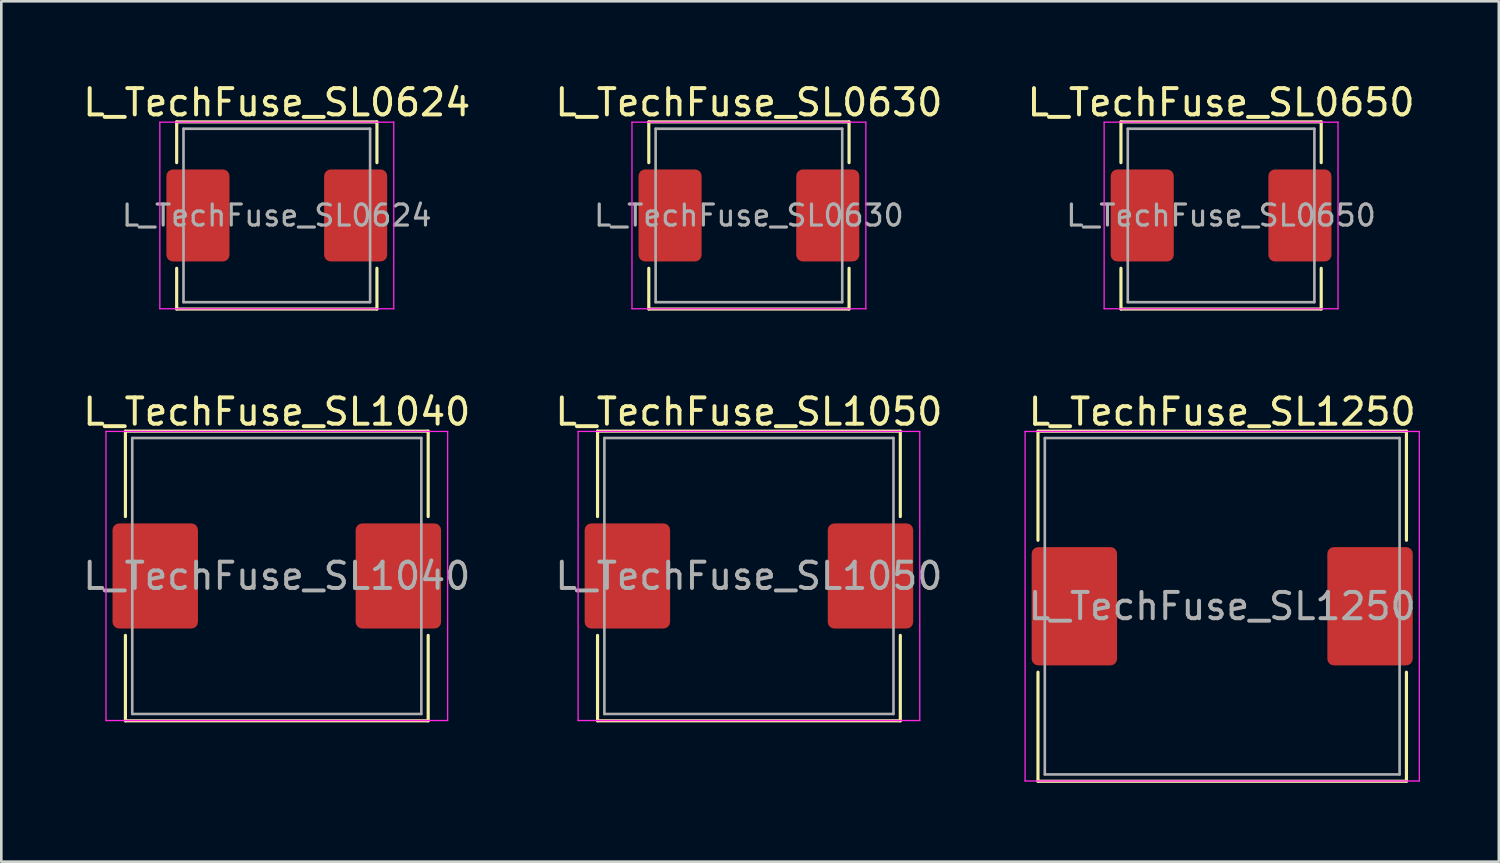
<source format=kicad_pcb>
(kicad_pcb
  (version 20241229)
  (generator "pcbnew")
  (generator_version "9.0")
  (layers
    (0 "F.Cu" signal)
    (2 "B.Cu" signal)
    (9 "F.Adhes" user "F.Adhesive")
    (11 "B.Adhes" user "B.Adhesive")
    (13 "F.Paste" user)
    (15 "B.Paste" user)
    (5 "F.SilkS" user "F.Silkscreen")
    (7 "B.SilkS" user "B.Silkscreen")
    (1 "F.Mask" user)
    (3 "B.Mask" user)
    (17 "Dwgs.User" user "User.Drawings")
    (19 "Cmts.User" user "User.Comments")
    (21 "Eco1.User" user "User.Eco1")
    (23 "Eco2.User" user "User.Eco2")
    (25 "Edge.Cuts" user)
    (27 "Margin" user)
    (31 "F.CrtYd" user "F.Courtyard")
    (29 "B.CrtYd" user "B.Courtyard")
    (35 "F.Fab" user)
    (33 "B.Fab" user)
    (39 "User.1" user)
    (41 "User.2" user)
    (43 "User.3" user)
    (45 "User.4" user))
  (footprint "L_TechFuse_SL1040"
    (layer "F.Cu")
    (at 7.482 18.866)
    (property "Reference" "L_TechFuse_SL1040" (at 0 -6.25 0) (layer "F.SilkS") (effects (font (size 1 1) (thickness 0.15))))
    (attr smd)
    (fp_line (start -5.76 -5.51) (end -5.76 -2.26) (stroke (width 0.12) (type solid)) (layer "F.SilkS"))
    (fp_line (start -5.76 -5.51) (end 5.76 -5.51) (stroke (width 0.12) (type solid)) (layer "F.SilkS"))
    (fp_line (start -5.76 5.51) (end -5.76 2.26) (stroke (width 0.12) (type solid)) (layer "F.SilkS"))
    (fp_line (start -5.76 5.51) (end 5.76 5.51) (stroke (width 0.12) (type solid)) (layer "F.SilkS"))
    (fp_line (start 5.76 -5.51) (end 5.76 -2.26) (stroke (width 0.12) (type solid)) (layer "F.SilkS"))
    (fp_line (start 5.76 5.51) (end 5.76 2.26) (stroke (width 0.12) (type solid)) (layer "F.SilkS"))
    (fp_line (start -6.5 -5.5) (end -6.5 5.5) (stroke (width 0.05) (type solid)) (layer "F.CrtYd"))
    (fp_line (start -6.5 5.5) (end 6.5 5.5) (stroke (width 0.05) (type solid)) (layer "F.CrtYd"))
    (fp_line (start 6.5 -5.5) (end -6.5 -5.5) (stroke (width 0.05) (type solid)) (layer "F.CrtYd"))
    (fp_line (start 6.5 5.5) (end 6.5 -5.5) (stroke (width 0.05) (type solid)) (layer "F.CrtYd"))
    (fp_line (start -5.5 -5.25) (end -5.5 5.25) (stroke (width 0.1) (type solid)) (layer "F.Fab"))
    (fp_line (start -5.5 5.25) (end 5.5 5.25) (stroke (width 0.1) (type solid)) (layer "F.Fab"))
    (fp_line (start 5.5 -5.25) (end -5.5 -5.25) (stroke (width 0.1) (type solid)) (layer "F.Fab"))
    (fp_line (start 5.5 5.25) (end 5.5 -5.25) (stroke (width 0.1) (type solid)) (layer "F.Fab"))
    (fp_text user "${REFERENCE}" (at 0 0 0) (layer "F.Fab") (effects (font (size 1 1) (thickness 0.15))))
    (pad "1" smd roundrect (at -4.625 0) (size 3.25 4) (layers "F.Cu" "F.Mask" "F.Paste") (roundrect_rratio 0.077))
    (pad "2" smd roundrect (at 4.625 0) (size 3.25 4) (layers "F.Cu" "F.Mask" "F.Paste") (roundrect_rratio 0.077)))
  (footprint "L_TechFuse_SL1250"
    (layer "F.Cu")
    (at 43.454 20.017)
    (property "Reference" "L_TechFuse_SL1250" (at 0 -7.4 0) (layer "F.SilkS") (effects (font (size 1 1) (thickness 0.15))))
    (attr smd)
    (fp_line (start -7.01 -6.66) (end -7.01 -2.51) (stroke (width 0.12) (type solid)) (layer "F.SilkS"))
    (fp_line (start -7.01 -6.66) (end 7.01 -6.66) (stroke (width 0.12) (type solid)) (layer "F.SilkS"))
    (fp_line (start -7.01 6.66) (end -7.01 2.51) (stroke (width 0.12) (type solid)) (layer "F.SilkS"))
    (fp_line (start -7.01 6.66) (end 7.01 6.66) (stroke (width 0.12) (type solid)) (layer "F.SilkS"))
    (fp_line (start 7.01 -6.66) (end 7.01 -2.51) (stroke (width 0.12) (type solid)) (layer "F.SilkS"))
    (fp_line (start 7.01 6.66) (end 7.01 2.51) (stroke (width 0.12) (type solid)) (layer "F.SilkS"))
    (fp_line (start -7.5 -6.65) (end -7.5 6.65) (stroke (width 0.05) (type solid)) (layer "F.CrtYd"))
    (fp_line (start -7.5 6.65) (end 7.5 6.65) (stroke (width 0.05) (type solid)) (layer "F.CrtYd"))
    (fp_line (start 7.5 -6.65) (end -7.5 -6.65) (stroke (width 0.05) (type solid)) (layer "F.CrtYd"))
    (fp_line (start 7.5 6.65) (end 7.5 -6.65) (stroke (width 0.05) (type solid)) (layer "F.CrtYd"))
    (fp_line (start -6.75 -6.4) (end -6.75 6.4) (stroke (width 0.1) (type solid)) (layer "F.Fab"))
    (fp_line (start -6.75 6.4) (end 6.75 6.4) (stroke (width 0.1) (type solid)) (layer "F.Fab"))
    (fp_line (start 6.75 -6.4) (end -6.75 -6.4) (stroke (width 0.1) (type solid)) (layer "F.Fab"))
    (fp_line (start 6.75 6.4) (end 6.75 -6.4) (stroke (width 0.1) (type solid)) (layer "F.Fab"))
    (fp_text user "${REFERENCE}" (at 0 0 0) (layer "F.Fab") (effects (font (size 1 1) (thickness 0.15))))
    (pad "1" smd roundrect (at -5.625 0) (size 3.25 4.5) (layers "F.Cu" "F.Mask" "F.Paste") (roundrect_rratio 0.077))
    (pad "2" smd roundrect (at 5.625 0) (size 3.25 4.5) (layers "F.Cu" "F.Mask" "F.Paste") (roundrect_rratio 0.077)))
  (footprint "L_TechFuse_SL0650"
    (layer "F.Cu")
    (at 43.411 5.148)
    (property "Reference" "L_TechFuse_SL0650" (at 0 -4.3 0) (layer "F.SilkS") (effects (font (size 1 1) (thickness 0.15))))
    (attr smd)
    (fp_line (start -3.81 -3.56) (end -3.81 -2.01) (stroke (width 0.12) (type solid)) (layer "F.SilkS"))
    (fp_line (start -3.81 -3.56) (end 3.81 -3.56) (stroke (width 0.12) (type solid)) (layer "F.SilkS"))
    (fp_line (start -3.81 3.56) (end -3.81 2.01) (stroke (width 0.12) (type solid)) (layer "F.SilkS"))
    (fp_line (start -3.81 3.56) (end 3.81 3.56) (stroke (width 0.12) (type solid)) (layer "F.SilkS"))
    (fp_line (start 3.81 -3.56) (end 3.81 -2.01) (stroke (width 0.12) (type solid)) (layer "F.SilkS"))
    (fp_line (start 3.81 3.56) (end 3.81 2.01) (stroke (width 0.12) (type solid)) (layer "F.SilkS"))
    (fp_line (start -4.45 -3.55) (end -4.45 3.55) (stroke (width 0.05) (type solid)) (layer "F.CrtYd"))
    (fp_line (start -4.45 3.55) (end 4.45 3.55) (stroke (width 0.05) (type solid)) (layer "F.CrtYd"))
    (fp_line (start 4.45 -3.55) (end -4.45 -3.55) (stroke (width 0.05) (type solid)) (layer "F.CrtYd"))
    (fp_line (start 4.45 3.55) (end 4.45 -3.55) (stroke (width 0.05) (type solid)) (layer "F.CrtYd"))
    (fp_line (start -3.55 -3.3) (end -3.55 3.3) (stroke (width 0.1) (type solid)) (layer "F.Fab"))
    (fp_line (start -3.55 3.3) (end 3.55 3.3) (stroke (width 0.1) (type solid)) (layer "F.Fab"))
    (fp_line (start 3.55 -3.3) (end -3.55 -3.3) (stroke (width 0.1) (type solid)) (layer "F.Fab"))
    (fp_line (start 3.55 3.3) (end 3.55 -3.3) (stroke (width 0.1) (type solid)) (layer "F.Fab"))
    (fp_text user "${REFERENCE}" (at 0 0 0) (layer "F.Fab") (effects (font (size 0.8 0.8) (thickness 0.12))))
    (pad "1" smd roundrect (at -3 0) (size 2.4 3.5) (layers "F.Cu" "F.Mask" "F.Paste") (roundrect_rratio 0.104))
    (pad "2" smd roundrect (at 3 0) (size 2.4 3.5) (layers "F.Cu" "F.Mask" "F.Paste") (roundrect_rratio 0.104)))
  (footprint "L_TechFuse_SL1050"
    (layer "F.Cu")
    (at 25.446 18.866)
    (property "Reference" "L_TechFuse_SL1050" (at 0 -6.25 0) (layer "F.SilkS") (effects (font (size 1 1) (thickness 0.15))))
    (attr smd)
    (fp_line (start -5.76 -5.51) (end -5.76 -2.26) (stroke (width 0.12) (type solid)) (layer "F.SilkS"))
    (fp_line (start -5.76 -5.51) (end 5.76 -5.51) (stroke (width 0.12) (type solid)) (layer "F.SilkS"))
    (fp_line (start -5.76 5.51) (end -5.76 2.26) (stroke (width 0.12) (type solid)) (layer "F.SilkS"))
    (fp_line (start -5.76 5.51) (end 5.76 5.51) (stroke (width 0.12) (type solid)) (layer "F.SilkS"))
    (fp_line (start 5.76 -5.51) (end 5.76 -2.26) (stroke (width 0.12) (type solid)) (layer "F.SilkS"))
    (fp_line (start 5.76 5.51) (end 5.76 2.26) (stroke (width 0.12) (type solid)) (layer "F.SilkS"))
    (fp_line (start -6.5 -5.5) (end -6.5 5.5) (stroke (width 0.05) (type solid)) (layer "F.CrtYd"))
    (fp_line (start -6.5 5.5) (end 6.5 5.5) (stroke (width 0.05) (type solid)) (layer "F.CrtYd"))
    (fp_line (start 6.5 -5.5) (end -6.5 -5.5) (stroke (width 0.05) (type solid)) (layer "F.CrtYd"))
    (fp_line (start 6.5 5.5) (end 6.5 -5.5) (stroke (width 0.05) (type solid)) (layer "F.CrtYd"))
    (fp_line (start -5.5 -5.25) (end -5.5 5.25) (stroke (width 0.1) (type solid)) (layer "F.Fab"))
    (fp_line (start -5.5 5.25) (end 5.5 5.25) (stroke (width 0.1) (type solid)) (layer "F.Fab"))
    (fp_line (start 5.5 -5.25) (end -5.5 -5.25) (stroke (width 0.1) (type solid)) (layer "F.Fab"))
    (fp_line (start 5.5 5.25) (end 5.5 -5.25) (stroke (width 0.1) (type solid)) (layer "F.Fab"))
    (fp_text user "${REFERENCE}" (at 0 0 0) (layer "F.Fab") (effects (font (size 1 1) (thickness 0.15))))
    (pad "1" smd roundrect (at -4.625 0) (size 3.25 4) (layers "F.Cu" "F.Mask" "F.Paste") (roundrect_rratio 0.077))
    (pad "2" smd roundrect (at 4.625 0) (size 3.25 4) (layers "F.Cu" "F.Mask" "F.Paste") (roundrect_rratio 0.077)))
  (footprint "L_TechFuse_SL0624"
    (layer "F.Cu")
    (at 7.482 5.148)
    (property "Reference" "L_TechFuse_SL0624" (at 0 -4.3 0) (layer "F.SilkS") (effects (font (size 1 1) (thickness 0.15))))
    (attr smd)
    (fp_line (start -3.81 -3.56) (end -3.81 -2.01) (stroke (width 0.12) (type solid)) (layer "F.SilkS"))
    (fp_line (start -3.81 -3.56) (end 3.81 -3.56) (stroke (width 0.12) (type solid)) (layer "F.SilkS"))
    (fp_line (start -3.81 3.56) (end -3.81 2.01) (stroke (width 0.12) (type solid)) (layer "F.SilkS"))
    (fp_line (start -3.81 3.56) (end 3.81 3.56) (stroke (width 0.12) (type solid)) (layer "F.SilkS"))
    (fp_line (start 3.81 -3.56) (end 3.81 -2.01) (stroke (width 0.12) (type solid)) (layer "F.SilkS"))
    (fp_line (start 3.81 3.56) (end 3.81 2.01) (stroke (width 0.12) (type solid)) (layer "F.SilkS"))
    (fp_line (start -4.45 -3.55) (end -4.45 3.55) (stroke (width 0.05) (type solid)) (layer "F.CrtYd"))
    (fp_line (start -4.45 3.55) (end 4.45 3.55) (stroke (width 0.05) (type solid)) (layer "F.CrtYd"))
    (fp_line (start 4.45 -3.55) (end -4.45 -3.55) (stroke (width 0.05) (type solid)) (layer "F.CrtYd"))
    (fp_line (start 4.45 3.55) (end 4.45 -3.55) (stroke (width 0.05) (type solid)) (layer "F.CrtYd"))
    (fp_line (start -3.55 -3.3) (end -3.55 3.3) (stroke (width 0.1) (type solid)) (layer "F.Fab"))
    (fp_line (start -3.55 3.3) (end 3.55 3.3) (stroke (width 0.1) (type solid)) (layer "F.Fab"))
    (fp_line (start 3.55 -3.3) (end -3.55 -3.3) (stroke (width 0.1) (type solid)) (layer "F.Fab"))
    (fp_line (start 3.55 3.3) (end 3.55 -3.3) (stroke (width 0.1) (type solid)) (layer "F.Fab"))
    (fp_text user "${REFERENCE}" (at 0 0 0) (layer "F.Fab") (effects (font (size 0.8 0.8) (thickness 0.12))))
    (pad "1" smd roundrect (at -3 0) (size 2.4 3.5) (layers "F.Cu" "F.Mask" "F.Paste") (roundrect_rratio 0.104))
    (pad "2" smd roundrect (at 3 0) (size 2.4 3.5) (layers "F.Cu" "F.Mask" "F.Paste") (roundrect_rratio 0.104)))
  (footprint "L_TechFuse_SL0630"
    (layer "F.Cu")
    (at 25.446 5.148)
    (property "Reference" "L_TechFuse_SL0630" (at 0 -4.3 0) (layer "F.SilkS") (effects (font (size 1 1) (thickness 0.15))))
    (attr smd)
    (fp_line (start -3.81 -3.56) (end -3.81 -2.01) (stroke (width 0.12) (type solid)) (layer "F.SilkS"))
    (fp_line (start -3.81 -3.56) (end 3.81 -3.56) (stroke (width 0.12) (type solid)) (layer "F.SilkS"))
    (fp_line (start -3.81 3.56) (end -3.81 2.01) (stroke (width 0.12) (type solid)) (layer "F.SilkS"))
    (fp_line (start -3.81 3.56) (end 3.81 3.56) (stroke (width 0.12) (type solid)) (layer "F.SilkS"))
    (fp_line (start 3.81 -3.56) (end 3.81 -2.01) (stroke (width 0.12) (type solid)) (layer "F.SilkS"))
    (fp_line (start 3.81 3.56) (end 3.81 2.01) (stroke (width 0.12) (type solid)) (layer "F.SilkS"))
    (fp_line (start -4.45 -3.55) (end -4.45 3.55) (stroke (width 0.05) (type solid)) (layer "F.CrtYd"))
    (fp_line (start -4.45 3.55) (end 4.45 3.55) (stroke (width 0.05) (type solid)) (layer "F.CrtYd"))
    (fp_line (start 4.45 -3.55) (end -4.45 -3.55) (stroke (width 0.05) (type solid)) (layer "F.CrtYd"))
    (fp_line (start 4.45 3.55) (end 4.45 -3.55) (stroke (width 0.05) (type solid)) (layer "F.CrtYd"))
    (fp_line (start -3.55 -3.3) (end -3.55 3.3) (stroke (width 0.1) (type solid)) (layer "F.Fab"))
    (fp_line (start -3.55 3.3) (end 3.55 3.3) (stroke (width 0.1) (type solid)) (layer "F.Fab"))
    (fp_line (start 3.55 -3.3) (end -3.55 -3.3) (stroke (width 0.1) (type solid)) (layer "F.Fab"))
    (fp_line (start 3.55 3.3) (end 3.55 -3.3) (stroke (width 0.1) (type solid)) (layer "F.Fab"))
    (fp_text user "${REFERENCE}" (at 0 0 0) (layer "F.Fab") (effects (font (size 0.8 0.8) (thickness 0.12))))
    (pad "1" smd roundrect (at -3 0) (size 2.4 3.5) (layers "F.Cu" "F.Mask" "F.Paste") (roundrect_rratio 0.104))
    (pad "2" smd roundrect (at 3 0) (size 2.4 3.5) (layers "F.Cu" "F.Mask" "F.Paste") (roundrect_rratio 0.104)))
  (gr_rect
    (start -3 -3)
    (end 53.979 29.736)
    (stroke (width 0.1) (type default))
    (fill no)
    (layer "Edge.Cuts")))
</source>
